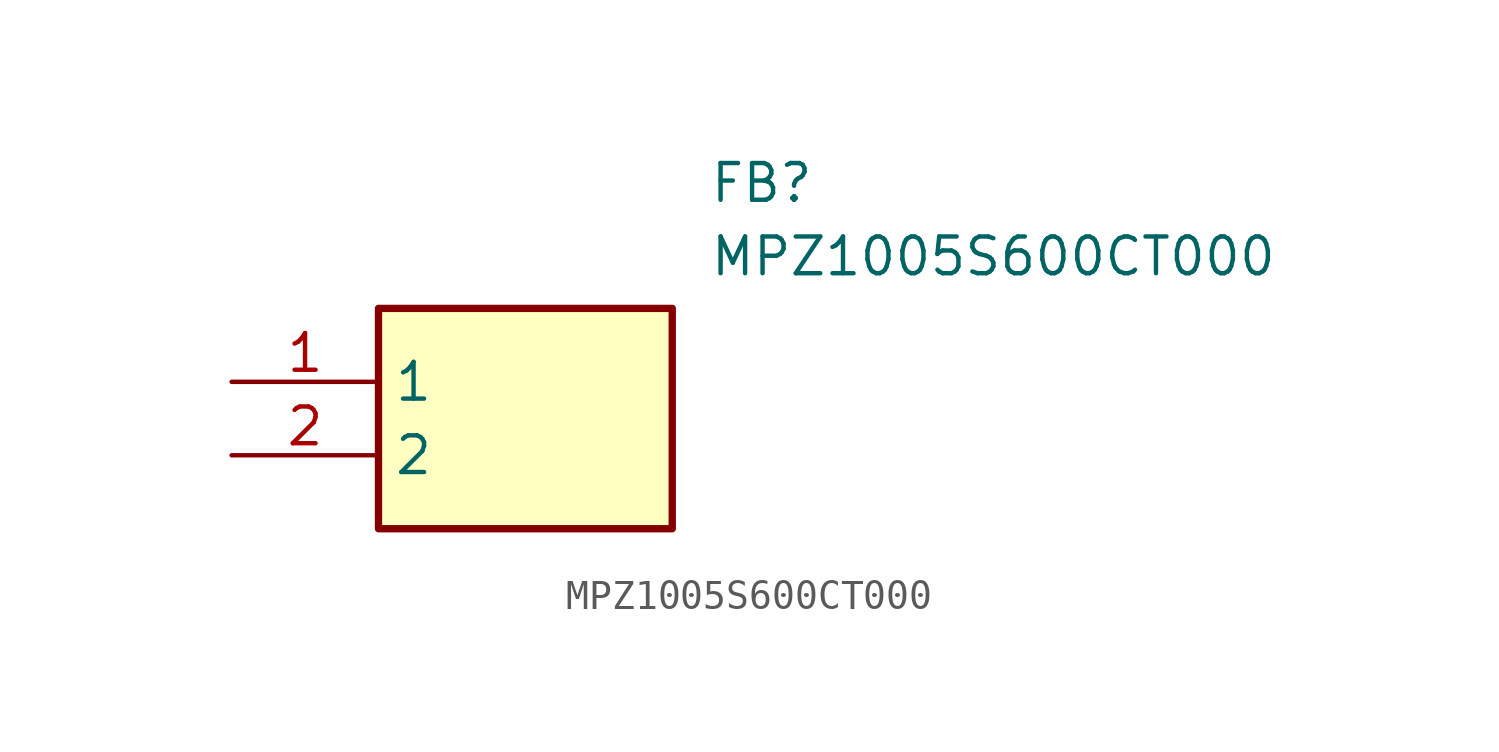
<source format=kicad_sym>
(kicad_symbol_lib
  (version 20220914)
  (generator SamacSys_ECAD_Model)
  (symbol "MPZ1005S600CT000"
    (property "Reference" "FB"
      (at 16.51 7.62 0)
      (effects (font (size 1.27 1.27)) (justify left top)))
    (property "Value" "MPZ1005S600CT000"
      (at 16.51 5.08 0)
      (effects (font (size 1.27 1.27)) (justify left top)))
    (rectangle
      (start 5.08 2.54)
      (end 15.24 -5.08)
      (stroke (width 0.254) (type default))
      (fill (type background)))
    (pin passive line
      (at 0 0 0)
      (length 5.08)
      (name "1" (effects (font (size 1.27 1.27))))
      (number "1" (effects (font (size 1.27 1.27)))))
    (pin passive line
      (at 0 -2.54 0)
      (length 5.08)
      (name "2" (effects (font (size 1.27 1.27))))
      (number "2" (effects (font (size 1.27 1.27)))))))
</source>
